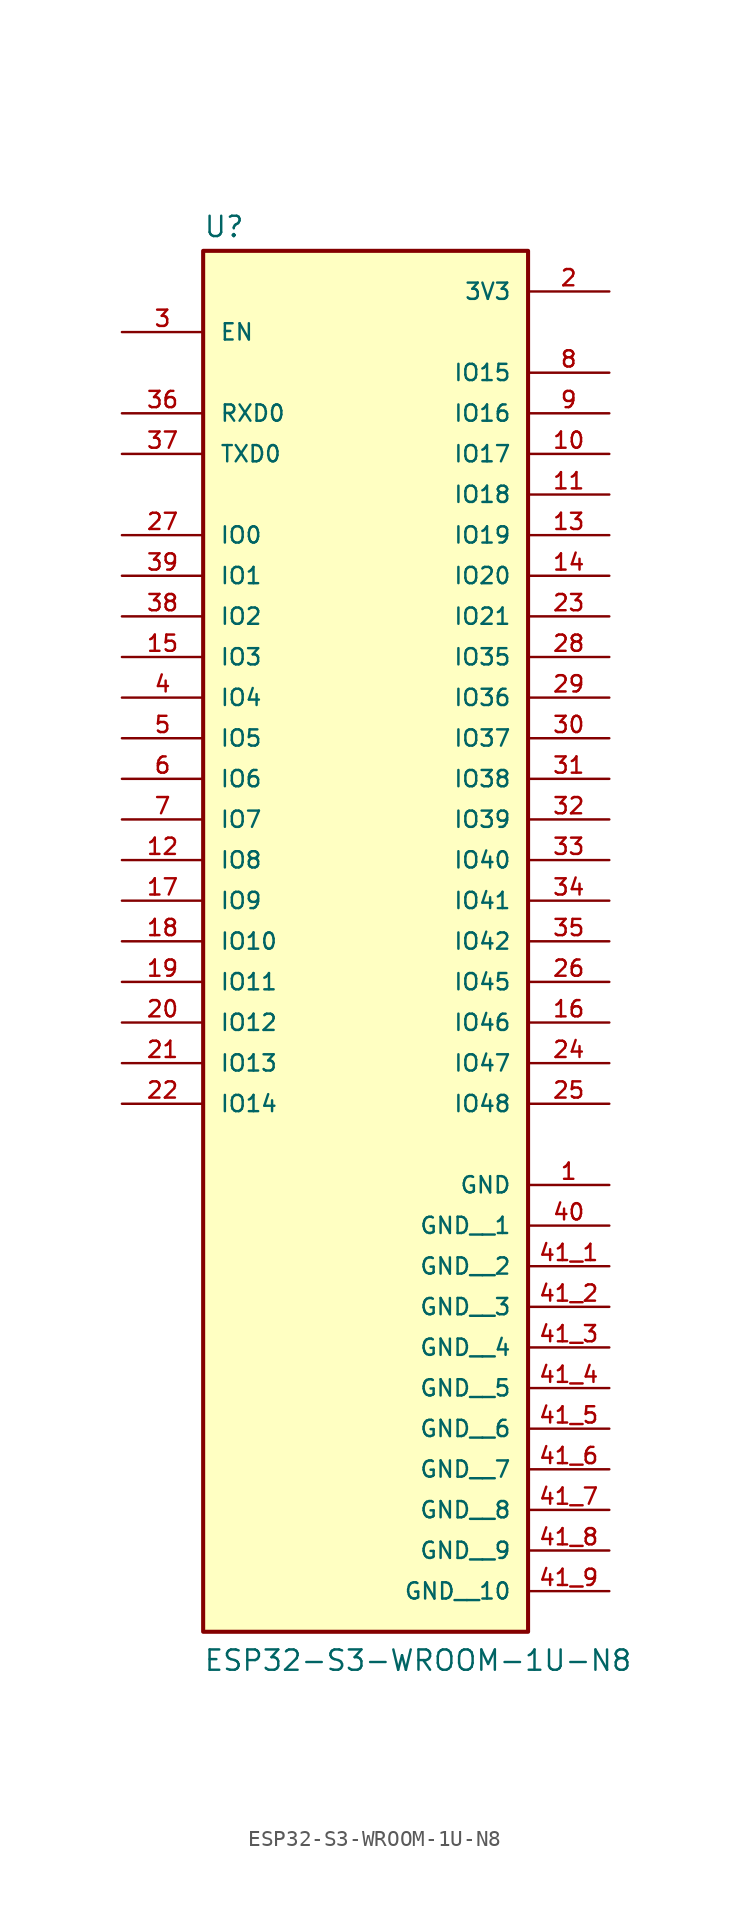
<source format=kicad_sym>
(kicad_symbol_lib
  (version 20211014)
  (generator kicad_symbol_editor)
  (symbol "ESP32-S3-WROOM-1U-N8"
    (pin_names
      (offset 1.016))
    (property "Reference" "U"
      (at -10.16 31.242 0)
      (effects (font (size 1.27 1.27)) (justify bottom left)))
    (property "Value" "ESP32-S3-WROOM-1U-N8"
      (at -10.16 -58.42 0)
      (effects (font (size 1.27 1.27)) (justify bottom left)))
    (symbol "ESP32-S3-WROOM-1U-N8_0_0"
      (rectangle (start -10.16 -55.88) (end 10.16 30.48) (stroke (width 0.254)) (fill (type background)))
      (pin power_in line (at 15.24 -27.94 180.0) (length 5.08) (name "GND" (effects (font (size 1.016 1.016)))) (number "1" (effects (font (size 1.016 1.016)))))
      (pin power_in line (at 15.24 27.94 180.0) (length 5.08) (name "3V3" (effects (font (size 1.016 1.016)))) (number "2" (effects (font (size 1.016 1.016)))))
      (pin input line (at -15.24 25.4 0) (length 5.08) (name "EN" (effects (font (size 1.016 1.016)))) (number "3" (effects (font (size 1.016 1.016)))))
      (pin bidirectional line (at 15.24 5.08 180.0) (length 5.08) (name "IO35" (effects (font (size 1.016 1.016)))) (number "28" (effects (font (size 1.016 1.016)))))
      (pin bidirectional line (at 15.24 -22.86 180.0) (length 5.08) (name "IO48" (effects (font (size 1.016 1.016)))) (number "25" (effects (font (size 1.016 1.016)))))
      (pin bidirectional line (at 15.24 -10.16 180.0) (length 5.08) (name "IO41" (effects (font (size 1.016 1.016)))) (number "34" (effects (font (size 1.016 1.016)))))
      (pin bidirectional line (at 15.24 -5.08 180.0) (length 5.08) (name "IO39" (effects (font (size 1.016 1.016)))) (number "32" (effects (font (size 1.016 1.016)))))
      (pin bidirectional line (at 15.24 -20.32 180.0) (length 5.08) (name "IO47" (effects (font (size 1.016 1.016)))) (number "24" (effects (font (size 1.016 1.016)))))
      (pin bidirectional line (at 15.24 -7.62 180.0) (length 5.08) (name "IO40" (effects (font (size 1.016 1.016)))) (number "33" (effects (font (size 1.016 1.016)))))
      (pin bidirectional line (at -15.24 -22.86 0) (length 5.08) (name "IO14" (effects (font (size 1.016 1.016)))) (number "22" (effects (font (size 1.016 1.016)))))
      (pin bidirectional line (at -15.24 -17.78 0) (length 5.08) (name "IO12" (effects (font (size 1.016 1.016)))) (number "20" (effects (font (size 1.016 1.016)))))
      (pin bidirectional line (at -15.24 -20.32 0) (length 5.08) (name "IO13" (effects (font (size 1.016 1.016)))) (number "21" (effects (font (size 1.016 1.016)))))
      (pin bidirectional line (at 15.24 22.86 180.0) (length 5.08) (name "IO15" (effects (font (size 1.016 1.016)))) (number "8" (effects (font (size 1.016 1.016)))))
      (pin bidirectional line (at -15.24 7.62 0) (length 5.08) (name "IO2" (effects (font (size 1.016 1.016)))) (number "38" (effects (font (size 1.016 1.016)))))
      (pin bidirectional line (at -15.24 12.7 0) (length 5.08) (name "IO0" (effects (font (size 1.016 1.016)))) (number "27" (effects (font (size 1.016 1.016)))))
      (pin bidirectional line (at -15.24 2.54 0) (length 5.08) (name "IO4" (effects (font (size 1.016 1.016)))) (number "4" (effects (font (size 1.016 1.016)))))
      (pin bidirectional line (at 15.24 20.32 180.0) (length 5.08) (name "IO16" (effects (font (size 1.016 1.016)))) (number "9" (effects (font (size 1.016 1.016)))))
      (pin bidirectional line (at 15.24 17.78 180.0) (length 5.08) (name "IO17" (effects (font (size 1.016 1.016)))) (number "10" (effects (font (size 1.016 1.016)))))
      (pin bidirectional line (at -15.24 0.0 0) (length 5.08) (name "IO5" (effects (font (size 1.016 1.016)))) (number "5" (effects (font (size 1.016 1.016)))))
      (pin bidirectional line (at 15.24 15.24 180.0) (length 5.08) (name "IO18" (effects (font (size 1.016 1.016)))) (number "11" (effects (font (size 1.016 1.016)))))
      (pin bidirectional line (at 15.24 12.7 180.0) (length 5.08) (name "IO19" (effects (font (size 1.016 1.016)))) (number "13" (effects (font (size 1.016 1.016)))))
      (pin bidirectional line (at 15.24 7.62 180.0) (length 5.08) (name "IO21" (effects (font (size 1.016 1.016)))) (number "23" (effects (font (size 1.016 1.016)))))
      (pin bidirectional line (at 15.24 0.0 180.0) (length 5.08) (name "IO37" (effects (font (size 1.016 1.016)))) (number "30" (effects (font (size 1.016 1.016)))))
      (pin bidirectional line (at 15.24 -2.54 180.0) (length 5.08) (name "IO38" (effects (font (size 1.016 1.016)))) (number "31" (effects (font (size 1.016 1.016)))))
      (pin bidirectional line (at -15.24 10.16 0) (length 5.08) (name "IO1" (effects (font (size 1.016 1.016)))) (number "39" (effects (font (size 1.016 1.016)))))
      (pin bidirectional line (at -15.24 5.08 0) (length 5.08) (name "IO3" (effects (font (size 1.016 1.016)))) (number "15" (effects (font (size 1.016 1.016)))))
      (pin bidirectional line (at -15.24 -2.54 0) (length 5.08) (name "IO6" (effects (font (size 1.016 1.016)))) (number "6" (effects (font (size 1.016 1.016)))))
      (pin bidirectional line (at -15.24 -5.08 0) (length 5.08) (name "IO7" (effects (font (size 1.016 1.016)))) (number "7" (effects (font (size 1.016 1.016)))))
      (pin bidirectional line (at -15.24 -7.62 0) (length 5.08) (name "IO8" (effects (font (size 1.016 1.016)))) (number "12" (effects (font (size 1.016 1.016)))))
      (pin bidirectional line (at -15.24 -10.16 0) (length 5.08) (name "IO9" (effects (font (size 1.016 1.016)))) (number "17" (effects (font (size 1.016 1.016)))))
      (pin bidirectional line (at -15.24 -12.7 0) (length 5.08) (name "IO10" (effects (font (size 1.016 1.016)))) (number "18" (effects (font (size 1.016 1.016)))))
      (pin bidirectional line (at -15.24 -15.24 0) (length 5.08) (name "IO11" (effects (font (size 1.016 1.016)))) (number "19" (effects (font (size 1.016 1.016)))))
      (pin bidirectional line (at 15.24 2.54 180.0) (length 5.08) (name "IO36" (effects (font (size 1.016 1.016)))) (number "29" (effects (font (size 1.016 1.016)))))
      (pin bidirectional line (at 15.24 -12.7 180.0) (length 5.08) (name "IO42" (effects (font (size 1.016 1.016)))) (number "35" (effects (font (size 1.016 1.016)))))
      (pin bidirectional line (at 15.24 10.16 180.0) (length 5.08) (name "IO20" (effects (font (size 1.016 1.016)))) (number "14" (effects (font (size 1.016 1.016)))))
      (pin bidirectional line (at -15.24 17.78 0) (length 5.08) (name "TXD0" (effects (font (size 1.016 1.016)))) (number "37" (effects (font (size 1.016 1.016)))))
      (pin bidirectional line (at -15.24 20.32 0) (length 5.08) (name "RXD0" (effects (font (size 1.016 1.016)))) (number "36" (effects (font (size 1.016 1.016)))))
      (pin bidirectional line (at 15.24 -15.24 180.0) (length 5.08) (name "IO45" (effects (font (size 1.016 1.016)))) (number "26" (effects (font (size 1.016 1.016)))))
      (pin bidirectional line (at 15.24 -17.78 180.0) (length 5.08) (name "IO46" (effects (font (size 1.016 1.016)))) (number "16" (effects (font (size 1.016 1.016)))))
      (pin power_in line (at 15.24 -30.48 180.0) (length 5.08) (name "GND__1" (effects (font (size 1.016 1.016)))) (number "40" (effects (font (size 1.016 1.016)))))
      (pin power_in line (at 15.24 -33.02 180.0) (length 5.08) (name "GND__2" (effects (font (size 1.016 1.016)))) (number "41_1" (effects (font (size 1.016 1.016)))))
      (pin power_in line (at 15.24 -35.56 180.0) (length 5.08) (name "GND__3" (effects (font (size 1.016 1.016)))) (number "41_2" (effects (font (size 1.016 1.016)))))
      (pin power_in line (at 15.24 -38.1 180.0) (length 5.08) (name "GND__4" (effects (font (size 1.016 1.016)))) (number "41_3" (effects (font (size 1.016 1.016)))))
      (pin power_in line (at 15.24 -40.64 180.0) (length 5.08) (name "GND__5" (effects (font (size 1.016 1.016)))) (number "41_4" (effects (font (size 1.016 1.016)))))
      (pin power_in line (at 15.24 -43.18 180.0) (length 5.08) (name "GND__6" (effects (font (size 1.016 1.016)))) (number "41_5" (effects (font (size 1.016 1.016)))))
      (pin power_in line (at 15.24 -45.72 180.0) (length 5.08) (name "GND__7" (effects (font (size 1.016 1.016)))) (number "41_6" (effects (font (size 1.016 1.016)))))
      (pin power_in line (at 15.24 -48.26 180.0) (length 5.08) (name "GND__8" (effects (font (size 1.016 1.016)))) (number "41_7" (effects (font (size 1.016 1.016)))))
      (pin power_in line (at 15.24 -50.8 180.0) (length 5.08) (name "GND__9" (effects (font (size 1.016 1.016)))) (number "41_8" (effects (font (size 1.016 1.016)))))
      (pin power_in line (at 15.24 -53.34 180.0) (length 5.08) (name "GND__10" (effects (font (size 1.016 1.016)))) (number "41_9" (effects (font (size 1.016 1.016))))))))
</source>
